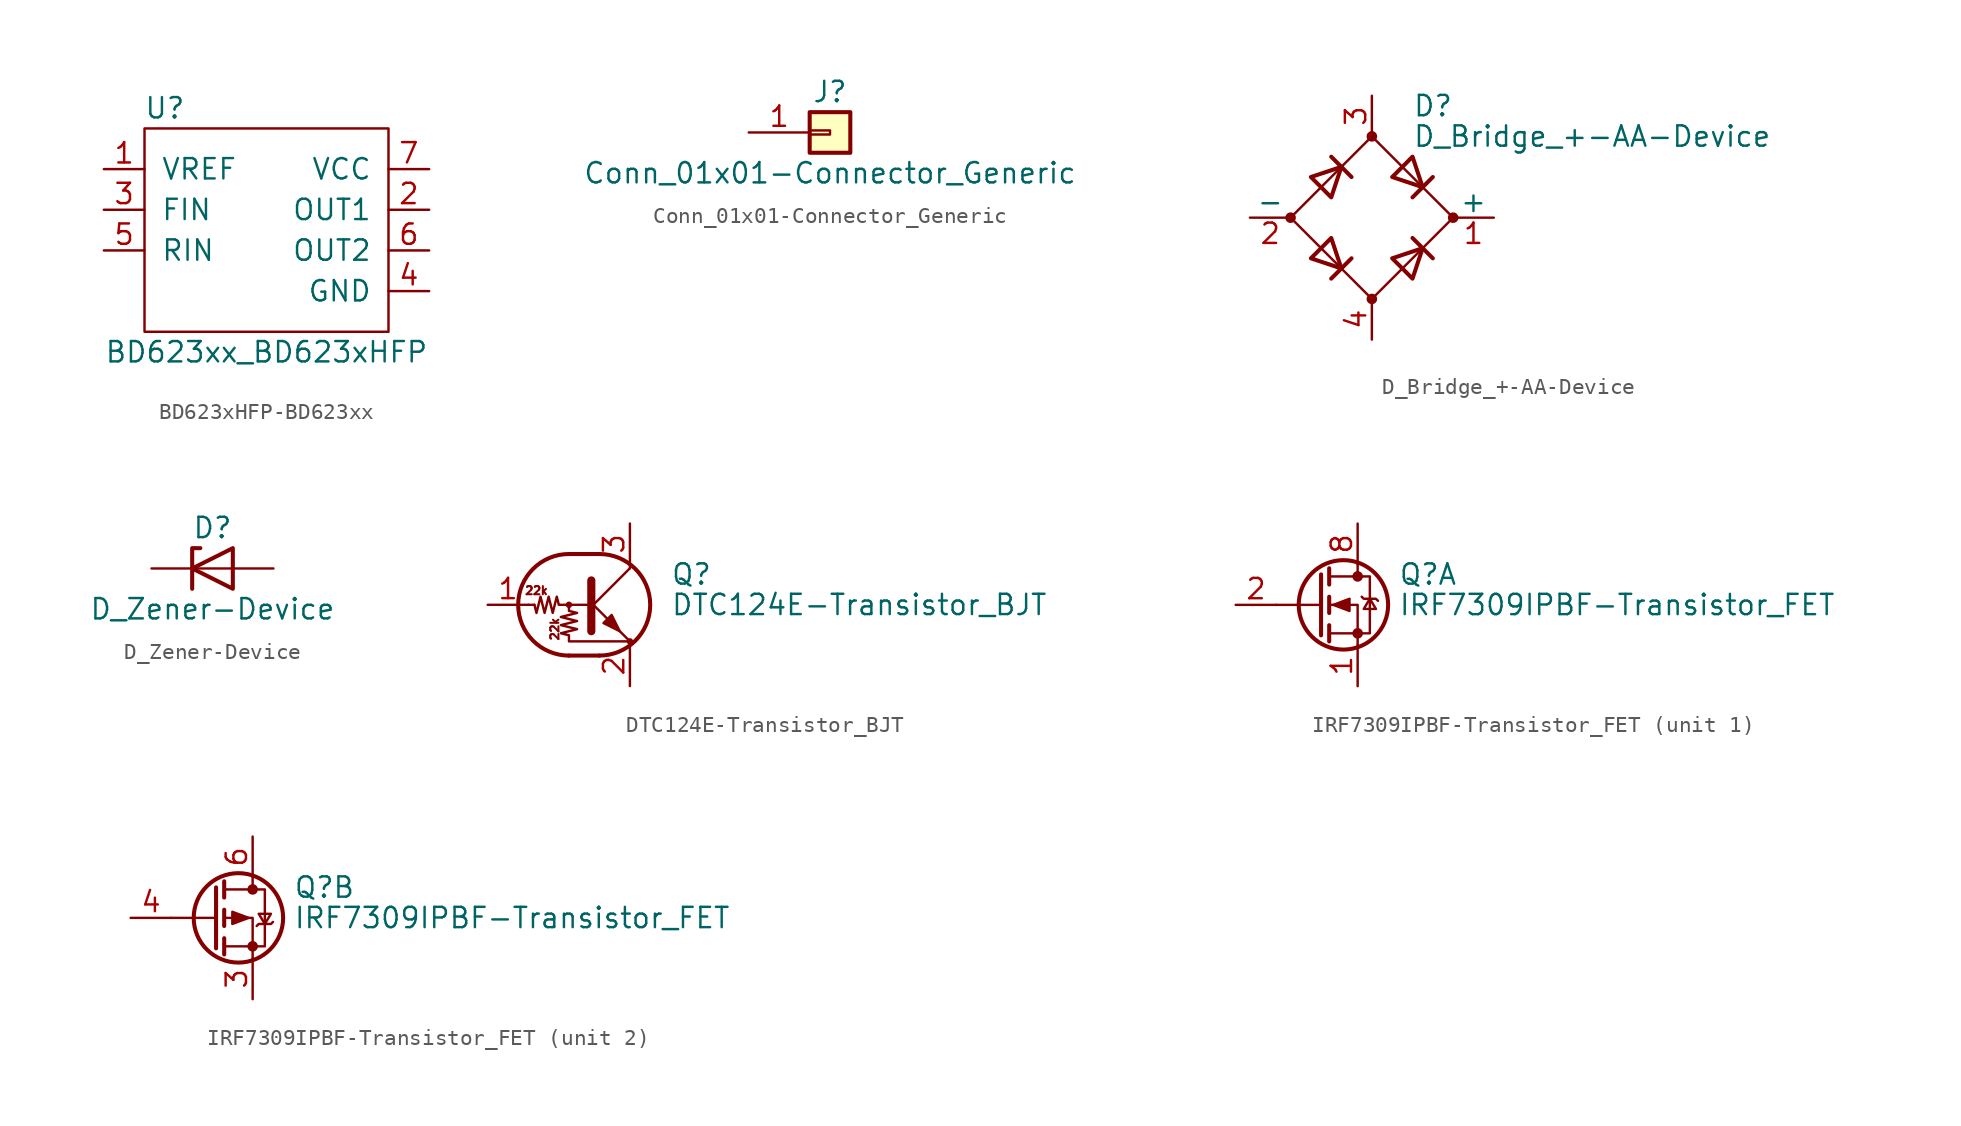
<source format=kicad_sym>
(kicad_symbol_lib
  (version 20220914)
  (generator kicad_symbol_editor)
  (symbol "BD623xHFP-BD623xx"
    (pin_names
      (offset 1.016))
    (property "Reference" "U"
      (at 1.27 0 0)
      (effects (font (size 1.27 1.27))))
    (property "Value" "BD623xx_BD623xHFP"
      (at 7.62 -15.24 0)
      (effects (font (size 1.27 1.27))))
    (symbol "BD623xHFP-BD623xx_0_1"
      (rectangle (start 0 -1.27) (end 15.24 -13.97) (stroke (width 0) (type solid)) (fill (type none))))
    (symbol "BD623xHFP-BD623xx_1_1"
      (pin input line (at -2.54 -3.81 0) (length 2.54) (name "VREF" (effects (font (size 1.27 1.27)))) (number "1" (effects (font (size 1.27 1.27)))))
      (pin power_out line (at 17.78 -6.35 180) (length 2.54) (name "OUT1" (effects (font (size 1.27 1.27)))) (number "2" (effects (font (size 1.27 1.27)))))
      (pin input line (at -2.54 -6.35 0) (length 2.54) (name "FIN" (effects (font (size 1.27 1.27)))) (number "3" (effects (font (size 1.27 1.27)))))
      (pin power_in line (at 17.78 -11.43 180) (length 2.54) (name "GND" (effects (font (size 1.27 1.27)))) (number "4" (effects (font (size 1.27 1.27)))))
      (pin input line (at -2.54 -8.89 0) (length 2.54) (name "RIN" (effects (font (size 1.27 1.27)))) (number "5" (effects (font (size 1.27 1.27)))))
      (pin power_out line (at 17.78 -8.89 180) (length 2.54) (name "OUT2" (effects (font (size 1.27 1.27)))) (number "6" (effects (font (size 1.27 1.27)))))
      (pin power_in line (at 17.78 -3.81 180) (length 2.54) (name "VCC" (effects (font (size 1.27 1.27)))) (number "7" (effects (font (size 1.27 1.27)))))))
  (symbol "Conn_01x01-Connector_Generic"
    (pin_names
      (offset 1.016) hide)
    (property "Reference" "J"
      (at 0 2.54 0)
      (effects (font (size 1.27 1.27))))
    (property "Value" "Conn_01x01-Connector_Generic"
      (at 0 -2.54 0)
      (effects (font (size 1.27 1.27))))
    (symbol "Conn_01x01-Connector_Generic_1_1"
      (rectangle (start -1.27 0.127) (end 0 -0.127) (stroke (width 0.152) (type solid)) (fill (type none)))
      (rectangle (start -1.27 1.27) (end 1.27 -1.27) (stroke (width 0.254) (type solid)) (fill (type background)))
      (pin passive line (at -5.08 0 0) (length 3.81) (name "Pin_1" (effects (font (size 1.27 1.27)))) (number "1" (effects (font (size 1.27 1.27)))))))
  (symbol "D_Bridge_+-AA-Device"
    (pin_names
      (offset 0))
    (property "Reference" "D"
      (at 2.54 6.985 0)
      (effects (font (size 1.27 1.27)) (justify left)))
    (property "Value" "D_Bridge_+-AA-Device"
      (at 2.54 5.08 0)
      (effects (font (size 1.27 1.27)) (justify left)))
    (symbol "D_Bridge_+-AA-Device_0_1"
      (circle (center -5.08 0) (radius 0.254) (stroke (width 0) (type solid)) (fill (type outline)))
      (circle (center 0 -5.08) (radius 0.254) (stroke (width 0) (type solid)) (fill (type outline)))
      (polyline (pts (xy -2.54 3.81) (xy -1.27 2.54)) (stroke (width 0.254) (type solid)) (fill (type none)))
      (polyline (pts (xy -1.27 -2.54) (xy -2.54 -3.81)) (stroke (width 0.254) (type solid)) (fill (type none)))
      (polyline (pts (xy 2.54 -1.27) (xy 3.81 -2.54)) (stroke (width 0.254) (type solid)) (fill (type none)))
      (polyline (pts (xy 2.54 1.27) (xy 3.81 2.54)) (stroke (width 0.254) (type solid)) (fill (type none)))
      (polyline (pts (xy -3.81 2.54) (xy -2.54 1.27) (xy -1.905 3.175) (xy -3.81 2.54)) (stroke (width 0.254) (type solid)) (fill (type none)))
      (polyline (pts (xy -2.54 -1.27) (xy -3.81 -2.54) (xy -1.905 -3.175) (xy -2.54 -1.27)) (stroke (width 0.254) (type solid)) (fill (type none)))
      (polyline (pts (xy 1.27 2.54) (xy 2.54 3.81) (xy 3.175 1.905) (xy 1.27 2.54)) (stroke (width 0.254) (type solid)) (fill (type none)))
      (polyline (pts (xy 3.175 -1.905) (xy 1.27 -2.54) (xy 2.54 -3.81) (xy 3.175 -1.905)) (stroke (width 0.254) (type solid)) (fill (type none)))
      (polyline (pts (xy -5.08 0) (xy 0 -5.08) (xy 5.08 0) (xy 0 5.08) (xy -5.08 0)) (stroke (width 0) (type solid)) (fill (type none)))
      (circle (center 0 5.08) (radius 0.254) (stroke (width 0) (type solid)) (fill (type outline)))
      (circle (center 5.08 0) (radius 0.254) (stroke (width 0) (type solid)) (fill (type outline))))
    (symbol "D_Bridge_+-AA-Device_1_1"
      (pin passive line (at 7.62 0 180) (length 2.54) (name "+" (effects (font (size 1.27 1.27)))) (number "1" (effects (font (size 1.27 1.27)))))
      (pin passive line (at -7.62 0 0) (length 2.54) (name "-" (effects (font (size 1.27 1.27)))) (number "2" (effects (font (size 1.27 1.27)))))
      (pin passive line (at 0 7.62 270) (length 2.54) (name "~" (effects (font (size 1.27 1.27)))) (number "3" (effects (font (size 1.27 1.27)))))
      (pin passive line (at 0 -7.62 90) (length 2.54) (name "~" (effects (font (size 1.27 1.27)))) (number "4" (effects (font (size 1.27 1.27)))))))
  (symbol "D_Zener-Device"
    (pin_numbers hide)
    (pin_names
      (offset 1.016) hide)
    (property "Reference" "D"
      (at 0 2.54 0)
      (effects (font (size 1.27 1.27))))
    (property "Value" "D_Zener-Device"
      (at 0 -2.54 0)
      (effects (font (size 1.27 1.27))))
    (symbol "D_Zener-Device_0_1"
      (polyline (pts (xy 1.27 0) (xy -1.27 0)) (stroke (width 0) (type solid)) (fill (type none)))
      (polyline (pts (xy -1.27 -1.27) (xy -1.27 1.27) (xy -0.762 1.27)) (stroke (width 0.254) (type solid)) (fill (type none)))
      (polyline (pts (xy 1.27 -1.27) (xy 1.27 1.27) (xy -1.27 0) (xy 1.27 -1.27)) (stroke (width 0.254) (type solid)) (fill (type none))))
    (symbol "D_Zener-Device_1_1"
      (pin passive line (at -3.81 0 0) (length 2.54) (name "K" (effects (font (size 1.27 1.27)))) (number "1" (effects (font (size 1.27 1.27)))))
      (pin passive line (at 3.81 0 180) (length 2.54) (name "A" (effects (font (size 1.27 1.27)))) (number "2" (effects (font (size 1.27 1.27)))))))
  (symbol "DTC124E-Transistor_BJT"
    (pin_names
      (offset 0) hide)
    (property "Reference" "Q"
      (at 5.08 1.905 0)
      (effects (font (size 1.27 1.27)) (justify left)))
    (property "Value" "DTC124E-Transistor_BJT"
      (at 5.08 0 0)
      (effects (font (size 1.27 1.27)) (justify left)))
    (symbol "DTC124E-Transistor_BJT_0_0"
      (text "22k" (at -3.302 0.889 0) (effects (font (size 0.508 0.508))))
      (text "22k" (at -2.159 -1.524 900) (effects (font (size 0.508 0.508)))))
    (symbol "DTC124E-Transistor_BJT_0_1"
      (circle (center -1.27 0) (radius 0.127) (stroke (width 0) (type solid)) (fill (type none)))
      (arc (start -1.27 3.175) (mid -4.4312 0) (end -1.27 -3.175) (stroke (width 0.254) (type solid)) (fill (type none)))
      (polyline (pts (xy -3.429 0) (xy -3.81 0)) (stroke (width 0) (type solid)) (fill (type none)))
      (polyline (pts (xy -1.27 -3.175) (xy 0.635 -3.175)) (stroke (width 0.254) (type solid)) (fill (type none)))
      (polyline (pts (xy -1.27 3.175) (xy 0.635 3.175)) (stroke (width 0.254) (type solid)) (fill (type none)))
      (polyline (pts (xy 0 -0.254) (xy 2.54 2.286)) (stroke (width 0) (type solid)) (fill (type none)))
      (polyline (pts (xy 0.127 1.524) (xy 0.127 -1.651)) (stroke (width 0.508) (type solid)) (fill (type outline)))
      (polyline (pts (xy 2.54 2.286) (xy 2.54 2.54)) (stroke (width 0) (type solid)) (fill (type none)))
      (polyline (pts (xy 2.54 -2.286) (xy 0 0.254) (xy 0 0.254)) (stroke (width 0) (type solid)) (fill (type none)))
      (polyline (pts (xy 0.889 -1.143) (xy 1.397 -0.635) (xy 1.905 -1.651) (xy 0.889 -1.143)) (stroke (width 0) (type solid)) (fill (type outline)))
      (polyline (pts (xy 0 0) (xy -1.905 0) (xy -2.032 0.508) (xy -2.286 -0.508) (xy -2.54 0.508) (xy -2.794 -0.508) (xy -3.048 0.508) (xy -3.302 -0.508) (xy -3.429 0)) (stroke (width 0) (type solid)) (fill (type none)))
      (polyline (pts (xy -1.27 0) (xy -1.27 -0.381) (xy -0.762 -0.508) (xy -1.778 -0.762) (xy -0.762 -1.016) (xy -1.778 -1.27) (xy -0.762 -1.524) (xy -1.778 -1.778) (xy -1.27 -1.905) (xy -1.27 -2.286) (xy 2.54 -2.286)) (stroke (width 0) (type solid)) (fill (type none)))
      (arc (start 0.635 -3.175) (mid 3.7962 0) (end 0.635 3.175) (stroke (width 0.254) (type solid)) (fill (type none)))
      (circle (center 2.54 -2.286) (radius 0.127) (stroke (width 0) (type solid)) (fill (type none))))
    (symbol "DTC124E-Transistor_BJT_1_1"
      (pin input line (at -6.35 0 0) (length 2.54) (name "B" (effects (font (size 1.27 1.27)))) (number "1" (effects (font (size 1.27 1.27)))))
      (pin passive line (at 2.54 -5.08 90) (length 2.54) (name "E" (effects (font (size 1.27 1.27)))) (number "2" (effects (font (size 1.27 1.27)))))
      (pin passive line (at 2.54 5.08 270) (length 2.54) (name "C" (effects (font (size 1.27 1.27)))) (number "3" (effects (font (size 1.27 1.27)))))))
  (symbol "IRF7309IPBF-Transistor_FET"
    (pin_names hide)
    (property "Reference" "Q"
      (at 5.08 1.905 0)
      (effects (font (size 1.27 1.27)) (justify left)))
    (property "Value" "IRF7309IPBF-Transistor_FET"
      (at 5.08 0 0)
      (effects (font (size 1.27 1.27)) (justify left)))
    (symbol "IRF7309IPBF-Transistor_FET_0_1"
      (polyline (pts (xy 0.254 0) (xy -2.54 0)) (stroke (width 0) (type solid)) (fill (type none)))
      (polyline (pts (xy 0.254 1.905) (xy 0.254 -1.905)) (stroke (width 0.254) (type solid)) (fill (type none)))
      (polyline (pts (xy 0.762 -1.27) (xy 0.762 -2.286)) (stroke (width 0.254) (type solid)) (fill (type none)))
      (polyline (pts (xy 0.762 0.508) (xy 0.762 -0.508)) (stroke (width 0.254) (type solid)) (fill (type none)))
      (polyline (pts (xy 0.762 2.286) (xy 0.762 1.27)) (stroke (width 0.254) (type solid)) (fill (type none)))
      (polyline (pts (xy 2.54 2.54) (xy 2.54 1.778)) (stroke (width 0) (type solid)) (fill (type none)))
      (polyline (pts (xy 2.54 -2.54) (xy 2.54 0) (xy 0.762 0)) (stroke (width 0) (type solid)) (fill (type none)))
      (polyline (pts (xy 0.762 -1.778) (xy 3.302 -1.778) (xy 3.302 1.778) (xy 0.762 1.778)) (stroke (width 0) (type solid)) (fill (type none)))
      (circle (center 1.651 0) (radius 2.794) (stroke (width 0.254) (type solid)) (fill (type none)))
      (circle (center 2.54 -1.778) (radius 0.254) (stroke (width 0) (type solid)) (fill (type outline)))
      (circle (center 2.54 1.778) (radius 0.254) (stroke (width 0) (type solid)) (fill (type outline))))
    (symbol "IRF7309IPBF-Transistor_FET_1_1"
      (polyline (pts (xy 1.016 0) (xy 2.032 0.381) (xy 2.032 -0.381) (xy 1.016 0)) (stroke (width 0) (type solid)) (fill (type outline)))
      (polyline (pts (xy 2.794 0.508) (xy 2.921 0.381) (xy 3.683 0.381) (xy 3.81 0.254)) (stroke (width 0) (type solid)) (fill (type none)))
      (polyline (pts (xy 3.302 0.381) (xy 2.921 -0.254) (xy 3.683 -0.254) (xy 3.302 0.381)) (stroke (width 0) (type solid)) (fill (type none)))
      (pin passive line (at 2.54 -5.08 90) (length 2.54) (name "S" (effects (font (size 1.27 1.27)))) (number "1" (effects (font (size 1.27 1.27)))))
      (pin input line (at -5.08 0 0) (length 2.54) (name "G" (effects (font (size 1.27 1.27)))) (number "2" (effects (font (size 1.27 1.27)))))
      (pin passive line (at 2.54 5.08 270) (length 2.54) hide (name "D" (effects (font (size 1.27 1.27)))) (number "7" (effects (font (size 1.27 1.27)))))
      (pin passive line (at 2.54 5.08 270) (length 2.54) (name "D" (effects (font (size 1.27 1.27)))) (number "8" (effects (font (size 1.27 1.27))))))
    (symbol "IRF7309IPBF-Transistor_FET_2_1"
      (polyline (pts (xy 2.286 0) (xy 1.27 0.381) (xy 1.27 -0.381) (xy 2.286 0)) (stroke (width 0) (type solid)) (fill (type outline)))
      (polyline (pts (xy 2.794 -0.508) (xy 2.921 -0.381) (xy 3.683 -0.381) (xy 3.81 -0.254)) (stroke (width 0) (type solid)) (fill (type none)))
      (polyline (pts (xy 3.302 -0.381) (xy 2.921 0.254) (xy 3.683 0.254) (xy 3.302 -0.381)) (stroke (width 0) (type solid)) (fill (type none)))
      (pin passive line (at 2.54 -5.08 90) (length 2.54) (name "1" (effects (font (size 1.27 1.27)))) (number "3" (effects (font (size 1.27 1.27)))))
      (pin input line (at -5.08 0 0) (length 2.54) (name "G" (effects (font (size 1.27 1.27)))) (number "4" (effects (font (size 1.27 1.27)))))
      (pin passive line (at 2.54 5.08 270) (length 2.54) hide (name "D" (effects (font (size 1.27 1.27)))) (number "5" (effects (font (size 1.27 1.27)))))
      (pin passive line (at 2.54 5.08 270) (length 2.54) (name "D" (effects (font (size 1.27 1.27)))) (number "6" (effects (font (size 1.27 1.27))))))))
</source>
